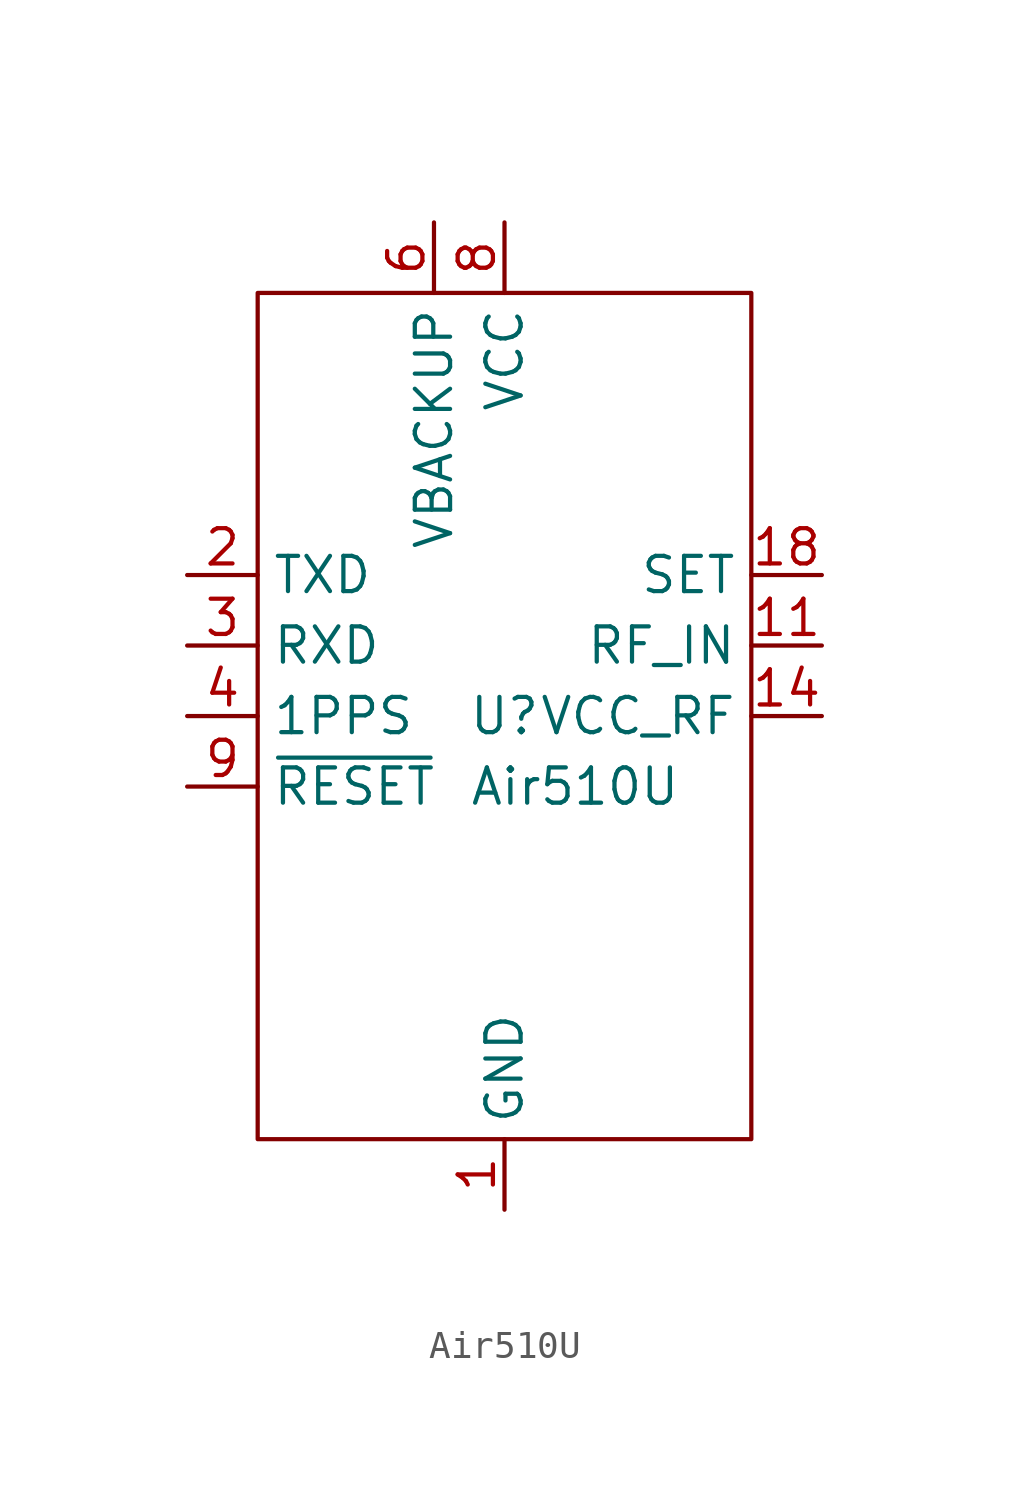
<source format=kicad_sym>
(kicad_symbol_lib
  (version 20231120)
  (generator "kicad_symbol_editor")
  (generator_version "8.0")
  (symbol "Air510U"
    (property "Reference" "U"
      (at 0 0 0)
      (effects (font (size 1.27 1.27))))
    (property "Value" "Air510U"
      (at 2.54 -2.54 0)
      (effects (font (size 1.27 1.27))))
    (symbol "Air510U_0_1"
      (rectangle (start -8.89 15.24) (end 8.89 -15.24) (stroke (width 0) (type default)) (fill (type none))))
    (symbol "Air510U_1_1"
      (pin power_in line (at 0 -17.78 90) (length 2.54) (name "GND" (effects (font (size 1.27 1.27)))) (number "1" (effects (font (size 1.27 1.27)))))
      (pin passive line (at 0 -17.78 90) (length 2.54) hide (name "GND" (effects (font (size 1.27 1.27)))) (number "10" (effects (font (size 1.27 1.27)))))
      (pin input line (at 11.43 2.54 180) (length 2.54) (name "RF_IN" (effects (font (size 1.27 1.27)))) (number "11" (effects (font (size 1.27 1.27)))))
      (pin passive line (at 0 -17.78 90) (length 2.54) hide (name "GND" (effects (font (size 1.27 1.27)))) (number "12" (effects (font (size 1.27 1.27)))))
      (pin no_connect line (at -7.62 -17.78 90) (length 2.54) hide (name "RESERVED" (effects (font (size 1.27 1.27)))) (number "13" (effects (font (size 1.27 1.27)))))
      (pin power_out line (at 11.43 0 180) (length 2.54) (name "VCC_RF" (effects (font (size 1.27 1.27)))) (number "14" (effects (font (size 1.27 1.27)))))
      (pin no_connect line (at -5.08 -17.78 90) (length 2.54) hide (name "RESERVED" (effects (font (size 1.27 1.27)))) (number "15" (effects (font (size 1.27 1.27)))))
      (pin no_connect line (at -2.54 -17.78 90) (length 2.54) hide (name "RESERVED" (effects (font (size 1.27 1.27)))) (number "16" (effects (font (size 1.27 1.27)))))
      (pin no_connect line (at 7.62 -17.78 90) (length 2.54) hide (name "RESERVED" (effects (font (size 1.27 1.27)))) (number "17" (effects (font (size 1.27 1.27)))))
      (pin input line (at 11.43 5.08 180) (length 2.54) (name "SET" (effects (font (size 1.27 1.27)))) (number "18" (effects (font (size 1.27 1.27)))))
      (pin output line (at -11.43 5.08 0) (length 2.54) (name "TXD" (effects (font (size 1.27 1.27)))) (number "2" (effects (font (size 1.27 1.27)))))
      (pin input line (at -11.43 2.54 0) (length 2.54) (name "RXD" (effects (font (size 1.27 1.27)))) (number "3" (effects (font (size 1.27 1.27)))))
      (pin output line (at -11.43 0 0) (length 2.54) (name "1PPS" (effects (font (size 1.27 1.27)))) (number "4" (effects (font (size 1.27 1.27)))))
      (pin no_connect line (at 2.54 -17.78 90) (length 2.54) hide (name "RESERVED" (effects (font (size 1.27 1.27)))) (number "5" (effects (font (size 1.27 1.27)))))
      (pin power_in line (at -2.54 17.78 270) (length 2.54) (name "VBACKUP" (effects (font (size 1.27 1.27)))) (number "6" (effects (font (size 1.27 1.27)))))
      (pin no_connect line (at 5.08 -17.78 90) (length 2.54) hide (name "RESERVED" (effects (font (size 1.27 1.27)))) (number "7" (effects (font (size 1.27 1.27)))))
      (pin power_in line (at 0 17.78 270) (length 2.54) (name "VCC" (effects (font (size 1.27 1.27)))) (number "8" (effects (font (size 1.27 1.27)))))
      (pin input line (at -11.43 -2.54 0) (length 2.54) (name "~{RESET}" (effects (font (size 1.27 1.27)))) (number "9" (effects (font (size 1.27 1.27))))))))
</source>
